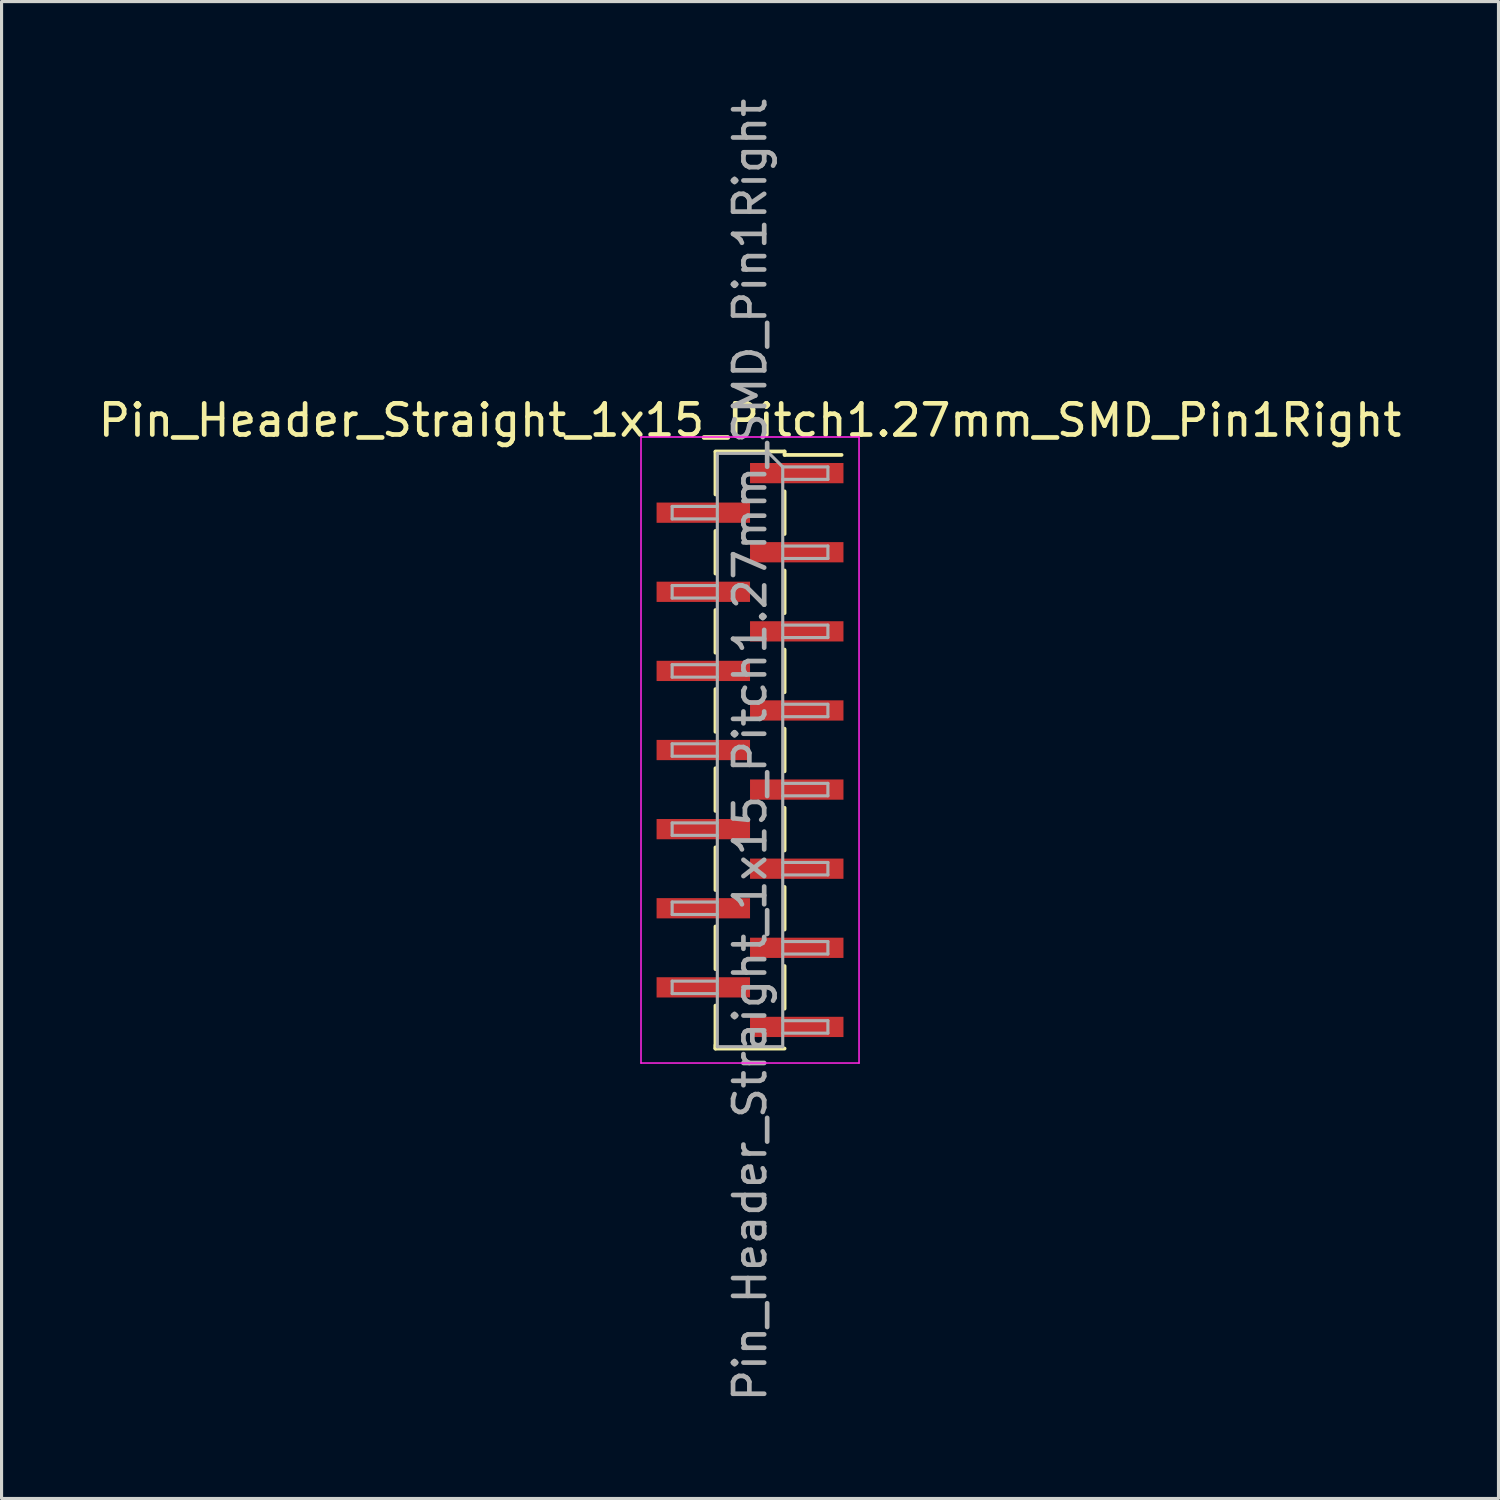
<source format=kicad_pcb>
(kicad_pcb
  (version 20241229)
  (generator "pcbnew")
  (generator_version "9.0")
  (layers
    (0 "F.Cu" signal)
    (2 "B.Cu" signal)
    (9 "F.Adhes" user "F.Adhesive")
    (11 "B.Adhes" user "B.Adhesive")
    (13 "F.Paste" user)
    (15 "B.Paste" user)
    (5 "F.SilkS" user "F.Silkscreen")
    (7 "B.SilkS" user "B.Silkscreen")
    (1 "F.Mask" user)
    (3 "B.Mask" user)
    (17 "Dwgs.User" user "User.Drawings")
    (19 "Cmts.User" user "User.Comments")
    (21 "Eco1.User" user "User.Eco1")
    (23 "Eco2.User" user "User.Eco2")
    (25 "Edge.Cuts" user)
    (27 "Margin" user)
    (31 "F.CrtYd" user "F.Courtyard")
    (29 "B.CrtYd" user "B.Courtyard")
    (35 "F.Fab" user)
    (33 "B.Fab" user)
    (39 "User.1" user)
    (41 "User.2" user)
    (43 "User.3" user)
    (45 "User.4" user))
  (footprint "Pin_Header_Straight_1x15_Pitch1.27mm_SMD_Pin1Right"
    (layer "F.Cu")
    (at 21.03 21.03)
    (property "Reference" "Pin_Header_Straight_1x15_Pitch1.27mm_SMD_Pin1Right" (at 0 -10.585 0) (layer "F.SilkS") (effects (font (size 1 1) (thickness 0.15))))
    (attr smd)
    (fp_line (start -1.11 -9.585) (end 1.11 -9.585) (stroke (width 0.12) (type solid)) (layer "F.SilkS"))
    (fp_line (start -1.11 -9.575) (end -1.11 -8.205) (stroke (width 0.12) (type solid)) (layer "F.SilkS"))
    (fp_line (start -1.11 -7.035) (end -1.11 -5.665) (stroke (width 0.12) (type solid)) (layer "F.SilkS"))
    (fp_line (start -1.11 -4.495) (end -1.11 -3.125) (stroke (width 0.12) (type solid)) (layer "F.SilkS"))
    (fp_line (start -1.11 -1.955) (end -1.11 -0.585) (stroke (width 0.12) (type solid)) (layer "F.SilkS"))
    (fp_line (start -1.11 0.585) (end -1.11 1.955) (stroke (width 0.12) (type solid)) (layer "F.SilkS"))
    (fp_line (start -1.11 3.125) (end -1.11 4.495) (stroke (width 0.12) (type solid)) (layer "F.SilkS"))
    (fp_line (start -1.11 5.665) (end -1.11 7.035) (stroke (width 0.12) (type solid)) (layer "F.SilkS"))
    (fp_line (start -1.11 8.205) (end -1.11 9.575) (stroke (width 0.12) (type solid)) (layer "F.SilkS"))
    (fp_line (start -1.11 9.475) (end -1.11 9.585) (stroke (width 0.12) (type solid)) (layer "F.SilkS"))
    (fp_line (start -1.11 9.585) (end 1.11 9.585) (stroke (width 0.12) (type solid)) (layer "F.SilkS"))
    (fp_line (start 1.11 -9.585) (end 1.11 -9.475) (stroke (width 0.12) (type solid)) (layer "F.SilkS"))
    (fp_line (start 1.11 -9.475) (end 2.94 -9.475) (stroke (width 0.12) (type solid)) (layer "F.SilkS"))
    (fp_line (start 1.11 -8.305) (end 1.11 -6.935) (stroke (width 0.12) (type solid)) (layer "F.SilkS"))
    (fp_line (start 1.11 -5.765) (end 1.11 -4.395) (stroke (width 0.12) (type solid)) (layer "F.SilkS"))
    (fp_line (start 1.11 -3.225) (end 1.11 -1.855) (stroke (width 0.12) (type solid)) (layer "F.SilkS"))
    (fp_line (start 1.11 -0.685) (end 1.11 0.685) (stroke (width 0.12) (type solid)) (layer "F.SilkS"))
    (fp_line (start 1.11 1.855) (end 1.11 3.225) (stroke (width 0.12) (type solid)) (layer "F.SilkS"))
    (fp_line (start 1.11 4.395) (end 1.11 5.765) (stroke (width 0.12) (type solid)) (layer "F.SilkS"))
    (fp_line (start 1.11 6.935) (end 1.11 8.305) (stroke (width 0.12) (type solid)) (layer "F.SilkS"))
    (fp_line (start -3.5 -10.05) (end -3.5 10.05) (stroke (width 0.05) (type solid)) (layer "F.CrtYd"))
    (fp_line (start -3.5 10.05) (end 3.5 10.05) (stroke (width 0.05) (type solid)) (layer "F.CrtYd"))
    (fp_line (start 3.5 -10.05) (end -3.5 -10.05) (stroke (width 0.05) (type solid)) (layer "F.CrtYd"))
    (fp_line (start 3.5 10.05) (end 3.5 -10.05) (stroke (width 0.05) (type solid)) (layer "F.CrtYd"))
    (fp_line (start -2.5 -7.82) (end -2.5 -7.42) (stroke (width 0.1) (type solid)) (layer "F.Fab"))
    (fp_line (start -2.5 -7.42) (end -1.05 -7.42) (stroke (width 0.1) (type solid)) (layer "F.Fab"))
    (fp_line (start -2.5 -5.28) (end -2.5 -4.88) (stroke (width 0.1) (type solid)) (layer "F.Fab"))
    (fp_line (start -2.5 -4.88) (end -1.05 -4.88) (stroke (width 0.1) (type solid)) (layer "F.Fab"))
    (fp_line (start -2.5 -2.74) (end -2.5 -2.34) (stroke (width 0.1) (type solid)) (layer "F.Fab"))
    (fp_line (start -2.5 -2.34) (end -1.05 -2.34) (stroke (width 0.1) (type solid)) (layer "F.Fab"))
    (fp_line (start -2.5 -0.2) (end -2.5 0.2) (stroke (width 0.1) (type solid)) (layer "F.Fab"))
    (fp_line (start -2.5 0.2) (end -1.05 0.2) (stroke (width 0.1) (type solid)) (layer "F.Fab"))
    (fp_line (start -2.5 2.34) (end -2.5 2.74) (stroke (width 0.1) (type solid)) (layer "F.Fab"))
    (fp_line (start -2.5 2.74) (end -1.05 2.74) (stroke (width 0.1) (type solid)) (layer "F.Fab"))
    (fp_line (start -2.5 4.88) (end -2.5 5.28) (stroke (width 0.1) (type solid)) (layer "F.Fab"))
    (fp_line (start -2.5 5.28) (end -1.05 5.28) (stroke (width 0.1) (type solid)) (layer "F.Fab"))
    (fp_line (start -2.5 7.42) (end -2.5 7.82) (stroke (width 0.1) (type solid)) (layer "F.Fab"))
    (fp_line (start -2.5 7.82) (end -1.05 7.82) (stroke (width 0.1) (type solid)) (layer "F.Fab"))
    (fp_line (start -1.05 -9.525) (end -1.05 9.525) (stroke (width 0.1) (type solid)) (layer "F.Fab"))
    (fp_line (start -1.05 -9.525) (end 0.615 -9.525) (stroke (width 0.1) (type solid)) (layer "F.Fab"))
    (fp_line (start -1.05 -7.82) (end -2.5 -7.82) (stroke (width 0.1) (type solid)) (layer "F.Fab"))
    (fp_line (start -1.05 -5.28) (end -2.5 -5.28) (stroke (width 0.1) (type solid)) (layer "F.Fab"))
    (fp_line (start -1.05 -2.74) (end -2.5 -2.74) (stroke (width 0.1) (type solid)) (layer "F.Fab"))
    (fp_line (start -1.05 -0.2) (end -2.5 -0.2) (stroke (width 0.1) (type solid)) (layer "F.Fab"))
    (fp_line (start -1.05 2.34) (end -2.5 2.34) (stroke (width 0.1) (type solid)) (layer "F.Fab"))
    (fp_line (start -1.05 4.88) (end -2.5 4.88) (stroke (width 0.1) (type solid)) (layer "F.Fab"))
    (fp_line (start -1.05 7.42) (end -2.5 7.42) (stroke (width 0.1) (type solid)) (layer "F.Fab"))
    (fp_line (start 1.05 -9.09) (end 0.615 -9.525) (stroke (width 0.1) (type solid)) (layer "F.Fab"))
    (fp_line (start 1.05 -9.09) (end 2.5 -9.09) (stroke (width 0.1) (type solid)) (layer "F.Fab"))
    (fp_line (start 1.05 -6.55) (end 2.5 -6.55) (stroke (width 0.1) (type solid)) (layer "F.Fab"))
    (fp_line (start 1.05 -4.01) (end 2.5 -4.01) (stroke (width 0.1) (type solid)) (layer "F.Fab"))
    (fp_line (start 1.05 -1.47) (end 2.5 -1.47) (stroke (width 0.1) (type solid)) (layer "F.Fab"))
    (fp_line (start 1.05 1.07) (end 2.5 1.07) (stroke (width 0.1) (type solid)) (layer "F.Fab"))
    (fp_line (start 1.05 3.61) (end 2.5 3.61) (stroke (width 0.1) (type solid)) (layer "F.Fab"))
    (fp_line (start 1.05 6.15) (end 2.5 6.15) (stroke (width 0.1) (type solid)) (layer "F.Fab"))
    (fp_line (start 1.05 8.69) (end 2.5 8.69) (stroke (width 0.1) (type solid)) (layer "F.Fab"))
    (fp_line (start 1.05 9.525) (end -1.05 9.525) (stroke (width 0.1) (type solid)) (layer "F.Fab"))
    (fp_line (start 1.05 9.525) (end 1.05 -9.09) (stroke (width 0.1) (type solid)) (layer "F.Fab"))
    (fp_line (start 2.5 -9.09) (end 2.5 -8.69) (stroke (width 0.1) (type solid)) (layer "F.Fab"))
    (fp_line (start 2.5 -8.69) (end 1.05 -8.69) (stroke (width 0.1) (type solid)) (layer "F.Fab"))
    (fp_line (start 2.5 -6.55) (end 2.5 -6.15) (stroke (width 0.1) (type solid)) (layer "F.Fab"))
    (fp_line (start 2.5 -6.15) (end 1.05 -6.15) (stroke (width 0.1) (type solid)) (layer "F.Fab"))
    (fp_line (start 2.5 -4.01) (end 2.5 -3.61) (stroke (width 0.1) (type solid)) (layer "F.Fab"))
    (fp_line (start 2.5 -3.61) (end 1.05 -3.61) (stroke (width 0.1) (type solid)) (layer "F.Fab"))
    (fp_line (start 2.5 -1.47) (end 2.5 -1.07) (stroke (width 0.1) (type solid)) (layer "F.Fab"))
    (fp_line (start 2.5 -1.07) (end 1.05 -1.07) (stroke (width 0.1) (type solid)) (layer "F.Fab"))
    (fp_line (start 2.5 1.07) (end 2.5 1.47) (stroke (width 0.1) (type solid)) (layer "F.Fab"))
    (fp_line (start 2.5 1.47) (end 1.05 1.47) (stroke (width 0.1) (type solid)) (layer "F.Fab"))
    (fp_line (start 2.5 3.61) (end 2.5 4.01) (stroke (width 0.1) (type solid)) (layer "F.Fab"))
    (fp_line (start 2.5 4.01) (end 1.05 4.01) (stroke (width 0.1) (type solid)) (layer "F.Fab"))
    (fp_line (start 2.5 6.15) (end 2.5 6.55) (stroke (width 0.1) (type solid)) (layer "F.Fab"))
    (fp_line (start 2.5 6.55) (end 1.05 6.55) (stroke (width 0.1) (type solid)) (layer "F.Fab"))
    (fp_line (start 2.5 8.69) (end 2.5 9.09) (stroke (width 0.1) (type solid)) (layer "F.Fab"))
    (fp_line (start 2.5 9.09) (end 1.05 9.09) (stroke (width 0.1) (type solid)) (layer "F.Fab"))
    (fp_text user "${REFERENCE}" (at 0 0 90) (layer "F.Fab") (effects (font (size 1 1) (thickness 0.15))))
    (pad "1" smd rect (at 1.5 -8.89) (size 3 0.65) (layers "F.Cu" "F.Mask" "F.Paste"))
    (pad "2" smd rect (at -1.5 -7.62) (size 3 0.65) (layers "F.Cu" "F.Mask" "F.Paste"))
    (pad "3" smd rect (at 1.5 -6.35) (size 3 0.65) (layers "F.Cu" "F.Mask" "F.Paste"))
    (pad "4" smd rect (at -1.5 -5.08) (size 3 0.65) (layers "F.Cu" "F.Mask" "F.Paste"))
    (pad "5" smd rect (at 1.5 -3.81) (size 3 0.65) (layers "F.Cu" "F.Mask" "F.Paste"))
    (pad "6" smd rect (at -1.5 -2.54) (size 3 0.65) (layers "F.Cu" "F.Mask" "F.Paste"))
    (pad "7" smd rect (at 1.5 -1.27) (size 3 0.65) (layers "F.Cu" "F.Mask" "F.Paste"))
    (pad "8" smd rect (at -1.5 0) (size 3 0.65) (layers "F.Cu" "F.Mask" "F.Paste"))
    (pad "9" smd rect (at 1.5 1.27) (size 3 0.65) (layers "F.Cu" "F.Mask" "F.Paste"))
    (pad "10" smd rect (at -1.5 2.54) (size 3 0.65) (layers "F.Cu" "F.Mask" "F.Paste"))
    (pad "11" smd rect (at 1.5 3.81) (size 3 0.65) (layers "F.Cu" "F.Mask" "F.Paste"))
    (pad "12" smd rect (at -1.5 5.08) (size 3 0.65) (layers "F.Cu" "F.Mask" "F.Paste"))
    (pad "13" smd rect (at 1.5 6.35) (size 3 0.65) (layers "F.Cu" "F.Mask" "F.Paste"))
    (pad "14" smd rect (at -1.5 7.62) (size 3 0.65) (layers "F.Cu" "F.Mask" "F.Paste"))
    (pad "15" smd rect (at 1.5 8.89) (size 3 0.65) (layers "F.Cu" "F.Mask" "F.Paste")))
  (gr_rect
    (start -3 -3)
    (end 45.06 45.06)
    (stroke (width 0.1) (type default))
    (fill no)
    (layer "Edge.Cuts")))
</source>
